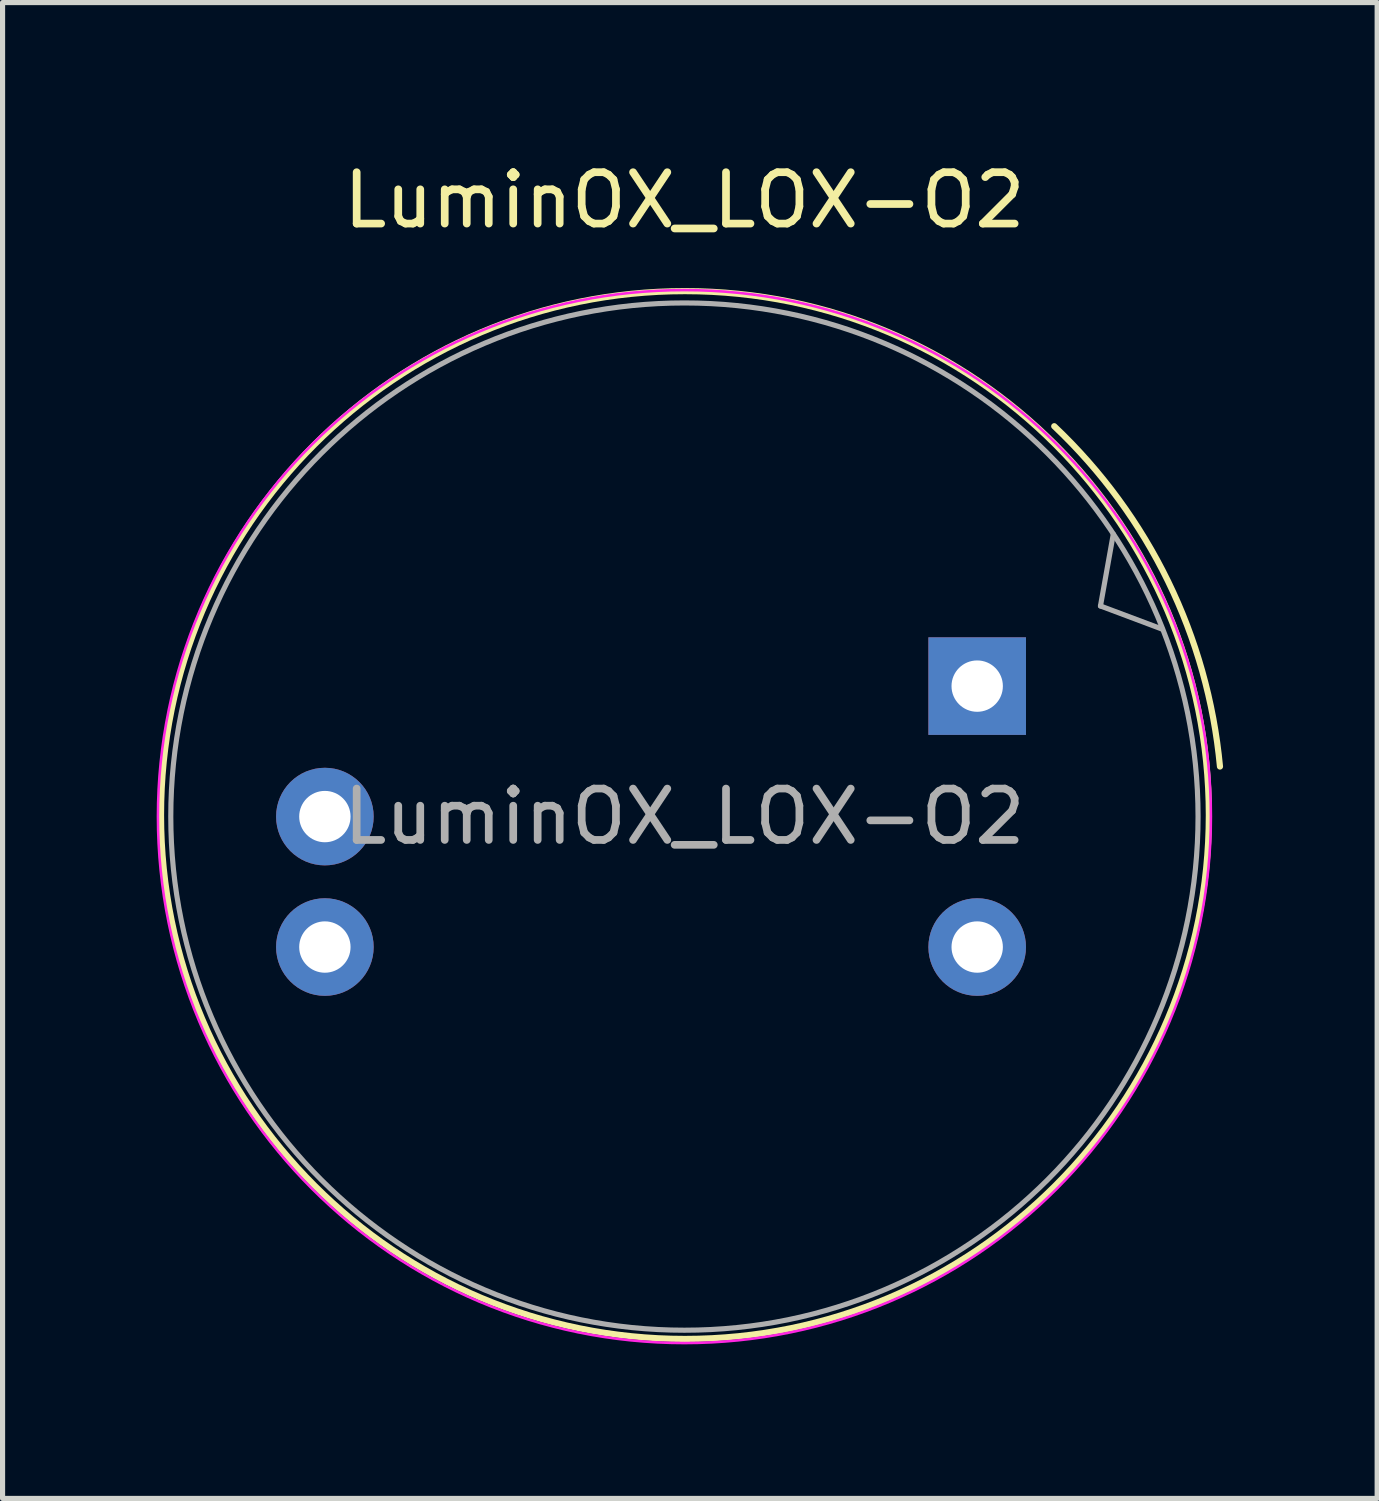
<source format=kicad_pcb>
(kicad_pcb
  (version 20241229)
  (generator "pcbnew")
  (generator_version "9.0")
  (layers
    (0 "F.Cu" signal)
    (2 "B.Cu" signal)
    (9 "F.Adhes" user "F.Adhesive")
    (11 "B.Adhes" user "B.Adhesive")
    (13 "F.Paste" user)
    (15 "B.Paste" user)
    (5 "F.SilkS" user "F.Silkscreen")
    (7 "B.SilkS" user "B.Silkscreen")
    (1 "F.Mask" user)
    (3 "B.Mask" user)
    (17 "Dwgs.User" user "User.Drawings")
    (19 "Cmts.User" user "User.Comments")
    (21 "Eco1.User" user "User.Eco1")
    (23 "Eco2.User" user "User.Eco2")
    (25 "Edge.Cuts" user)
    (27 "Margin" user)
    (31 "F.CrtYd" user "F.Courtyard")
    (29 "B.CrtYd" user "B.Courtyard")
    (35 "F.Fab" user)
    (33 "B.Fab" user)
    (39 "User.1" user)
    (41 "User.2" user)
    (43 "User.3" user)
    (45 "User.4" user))
  (footprint "LuminOX_LOX-O2"
    (layer "F.Cu")
    (at 15.975 10.308)
    (property "Reference" "LuminOX_LOX-O2" (at -5.7 -9.46 0) (unlocked yes) (layer "F.SilkS") (effects (font (size 1 1) (thickness 0.15))))
    (attr through_hole)
    (fp_arc (start 1.499999 -5.059999) (mid 3.716011 -2.040723) (end 4.726649 1.565571) (stroke (width 0.12) (type solid)) (layer "F.SilkS"))
    (fp_circle (center -5.69 2.51) (end -5.7 -7.69) (stroke (width 0.12) (type solid)) (fill no) (layer "F.SilkS"))
    (fp_circle (center -5.7 2.54) (end -5.7 -7.71) (stroke (width 0.05) (type solid)) (fill no) (layer "F.CrtYd"))
    (fp_line (start 2.4 -1.56) (end 2.65 -2.96) (stroke (width 0.1) (type solid)) (layer "F.Fab"))
    (fp_line (start 2.4 -1.56) (end 3.6 -1.11) (stroke (width 0.1) (type solid)) (layer "F.Fab"))
    (fp_circle (center -5.7 2.54) (end -5.7 -7.46) (stroke (width 0.1) (type solid)) (fill no) (layer "F.Fab"))
    (fp_text user "${REFERENCE}" (at -5.7 2.54 0) (unlocked yes) (layer "F.Fab") (effects (font (size 1 1) (thickness 0.15))))
    (pad "1" thru_hole rect (at 0 0) (size 1.9 1.9) (drill 1) (layers "*.Cu" "*.Mask"))
    (pad "2" thru_hole circle (at 0 5.08) (size 1.9 1.9) (drill 1) (layers "*.Cu" "*.Mask"))
    (pad "3" thru_hole circle (at -12.7 2.54) (size 1.9 1.9) (drill 1) (layers "*.Cu" "*.Mask"))
    (pad "4" thru_hole circle (at -12.7 5.08) (size 1.9 1.9) (drill 1) (layers "*.Cu" "*.Mask")))
  (gr_rect
    (start -3 -3)
    (end 23.762 26.123)
    (stroke (width 0.1) (type default))
    (fill no)
    (layer "Edge.Cuts")))
</source>
